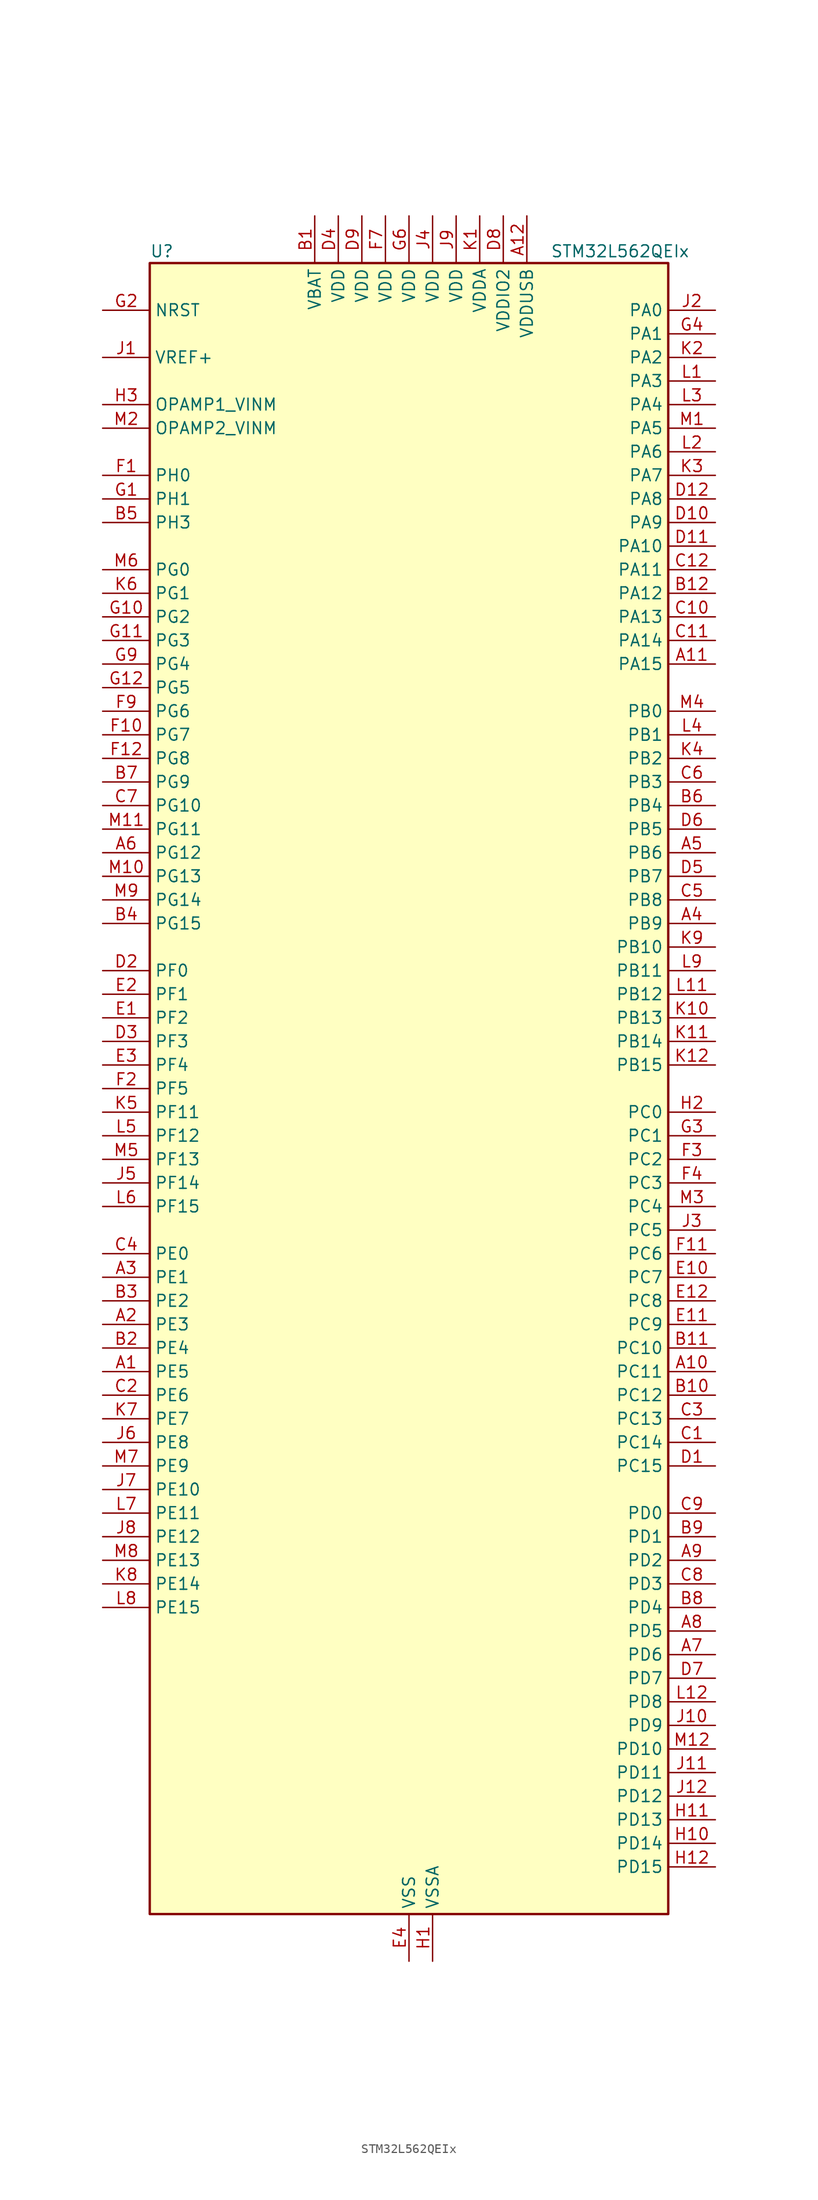
<source format=kicad_sym>
(kicad_symbol_lib
  (version 20241209)
  (generator "kicad_symbol_editor")
  (generator_version "9.0")
  (symbol "STM32L562QEIx"
    (property "Reference" "U"
      (at -27.94 90.17 0)
      (effects (font (size 1.27 1.27)) (justify left)))
    (property "Value" "STM32L562QEIx"
      (at 15.24 90.17 0)
      (effects (font (size 1.27 1.27)) (justify left)))
    (symbol "STM32L562QEIx_0_1"
      (rectangle (start -27.94 -88.9) (end 27.94 88.9) (stroke (width 0.254) (type default)) (fill (type background))))
    (symbol "STM32L562QEIx_1_1"
      (pin input line (at -33.02 83.82 0) (length 5.08) (name "NRST" (effects (font (size 1.27 1.27)))) (number "G2" (effects (font (size 1.27 1.27)))))
      (pin input line (at -33.02 78.74 0) (length 5.08) (name "VREF+" (effects (font (size 1.27 1.27)))) (number "J1" (effects (font (size 1.27 1.27)))) (alternate "VREFBUF_OUT" bidirectional line))
      (pin bidirectional line (at -33.02 73.66 0) (length 5.08) (name "OPAMP1_VINM" (effects (font (size 1.27 1.27)))) (number "H3" (effects (font (size 1.27 1.27)))) (alternate "OPAMP1_VINM" bidirectional line))
      (pin bidirectional line (at -33.02 71.12 0) (length 5.08) (name "OPAMP2_VINM" (effects (font (size 1.27 1.27)))) (number "M2" (effects (font (size 1.27 1.27)))) (alternate "OPAMP2_VINM" bidirectional line))
      (pin bidirectional line (at -33.02 66.04 0) (length 5.08) (name "PH0" (effects (font (size 1.27 1.27)))) (number "F1" (effects (font (size 1.27 1.27)))) (alternate "RCC_OSC_IN" bidirectional line))
      (pin bidirectional line (at -33.02 63.5 0) (length 5.08) (name "PH1" (effects (font (size 1.27 1.27)))) (number "G1" (effects (font (size 1.27 1.27)))) (alternate "RCC_OSC_OUT" bidirectional line))
      (pin bidirectional line (at -33.02 60.96 0) (length 5.08) (name "PH3" (effects (font (size 1.27 1.27)))) (number "B5" (effects (font (size 1.27 1.27)))))
      (pin bidirectional line (at -33.02 55.88 0) (length 5.08) (name "PG0" (effects (font (size 1.27 1.27)))) (number "M6" (effects (font (size 1.27 1.27)))) (alternate "FMC_A10" bidirectional line) (alternate "TSC_G8_IO3" bidirectional line))
      (pin bidirectional line (at -33.02 53.34 0) (length 5.08) (name "PG1" (effects (font (size 1.27 1.27)))) (number "K6" (effects (font (size 1.27 1.27)))) (alternate "FMC_A11" bidirectional line) (alternate "TSC_G8_IO4" bidirectional line))
      (pin bidirectional line (at -33.02 50.8 0) (length 5.08) (name "PG2" (effects (font (size 1.27 1.27)))) (number "G10" (effects (font (size 1.27 1.27)))) (alternate "FMC_A12" bidirectional line) (alternate "SAI2_SCK_B" bidirectional line) (alternate "SPI1_SCK" bidirectional line))
      (pin bidirectional line (at -33.02 48.26 0) (length 5.08) (name "PG3" (effects (font (size 1.27 1.27)))) (number "G11" (effects (font (size 1.27 1.27)))) (alternate "FMC_A13" bidirectional line) (alternate "SAI2_FS_B" bidirectional line) (alternate "SPI1_MISO" bidirectional line))
      (pin bidirectional line (at -33.02 45.72 0) (length 5.08) (name "PG4" (effects (font (size 1.27 1.27)))) (number "G9" (effects (font (size 1.27 1.27)))) (alternate "FMC_A14" bidirectional line) (alternate "SAI2_MCLK_B" bidirectional line) (alternate "SPI1_MOSI" bidirectional line))
      (pin bidirectional line (at -33.02 43.18 0) (length 5.08) (name "PG5" (effects (font (size 1.27 1.27)))) (number "G12" (effects (font (size 1.27 1.27)))) (alternate "FMC_A15" bidirectional line) (alternate "LPUART1_CTS" bidirectional line) (alternate "SAI2_SD_B" bidirectional line) (alternate "SPI1_NSS" bidirectional line))
      (pin bidirectional line (at -33.02 40.64 0) (length 5.08) (name "PG6" (effects (font (size 1.27 1.27)))) (number "F9" (effects (font (size 1.27 1.27)))) (alternate "I2C3_SMBA" bidirectional line) (alternate "LPUART1_DE" bidirectional line) (alternate "LPUART1_RTS" bidirectional line) (alternate "OCTOSPI1_DQS" bidirectional line) (alternate "UCPD1_FRSTX1" bidirectional line))
      (pin bidirectional line (at -33.02 38.1 0) (length 5.08) (name "PG7" (effects (font (size 1.27 1.27)))) (number "F10" (effects (font (size 1.27 1.27)))) (alternate "DFSDM1_CKOUT" bidirectional line) (alternate "FMC_INT" bidirectional line) (alternate "I2C3_SCL" bidirectional line) (alternate "LPUART1_TX" bidirectional line) (alternate "SAI1_CK1" bidirectional line) (alternate "SAI1_MCLK_A" bidirectional line) (alternate "UCPD1_FRSTX2" bidirectional line))
      (pin bidirectional line (at -33.02 35.56 0) (length 5.08) (name "PG8" (effects (font (size 1.27 1.27)))) (number "F12" (effects (font (size 1.27 1.27)))) (alternate "I2C3_SDA" bidirectional line) (alternate "LPUART1_RX" bidirectional line))
      (pin bidirectional line (at -33.02 33.02 0) (length 5.08) (name "PG9" (effects (font (size 1.27 1.27)))) (number "B7" (effects (font (size 1.27 1.27)))) (alternate "DAC1_EXTI9" bidirectional line) (alternate "FMC_NCE" bidirectional line) (alternate "FMC_NE2" bidirectional line) (alternate "SAI2_SCK_A" bidirectional line) (alternate "SPI3_SCK" bidirectional line) (alternate "TIM15_CH1N" bidirectional line) (alternate "USART1_TX" bidirectional line))
      (pin bidirectional line (at -33.02 30.48 0) (length 5.08) (name "PG10" (effects (font (size 1.27 1.27)))) (number "C7" (effects (font (size 1.27 1.27)))) (alternate "FMC_NE3" bidirectional line) (alternate "LPTIM1_IN1" bidirectional line) (alternate "SAI2_FS_A" bidirectional line) (alternate "SPI3_MISO" bidirectional line) (alternate "TIM15_CH1" bidirectional line) (alternate "USART1_RX" bidirectional line))
      (pin bidirectional line (at -33.02 27.94 0) (length 5.08) (name "PG11" (effects (font (size 1.27 1.27)))) (number "M11" (effects (font (size 1.27 1.27)))) (alternate "ADC1_EXTI11" bidirectional line) (alternate "ADC2_EXTI11" bidirectional line) (alternate "LPTIM1_IN2" bidirectional line) (alternate "OCTOSPI1_IO5" bidirectional line) (alternate "SAI2_MCLK_A" bidirectional line) (alternate "SPI3_MOSI" bidirectional line) (alternate "TIM15_CH2" bidirectional line) (alternate "USART1_CTS" bidirectional line) (alternate "USART1_NSS" bidirectional line))
      (pin bidirectional line (at -33.02 25.4 0) (length 5.08) (name "PG12" (effects (font (size 1.27 1.27)))) (number "A6" (effects (font (size 1.27 1.27)))) (alternate "FMC_NE4" bidirectional line) (alternate "LPTIM1_ETR" bidirectional line) (alternate "SAI2_SD_A" bidirectional line) (alternate "SPI3_NSS" bidirectional line) (alternate "USART1_DE" bidirectional line) (alternate "USART1_RTS" bidirectional line))
      (pin bidirectional line (at -33.02 22.86 0) (length 5.08) (name "PG13" (effects (font (size 1.27 1.27)))) (number "M10" (effects (font (size 1.27 1.27)))) (alternate "FMC_A24" bidirectional line) (alternate "I2C1_SDA" bidirectional line) (alternate "USART1_CK" bidirectional line))
      (pin bidirectional line (at -33.02 20.32 0) (length 5.08) (name "PG14" (effects (font (size 1.27 1.27)))) (number "M9" (effects (font (size 1.27 1.27)))) (alternate "FMC_A25" bidirectional line) (alternate "I2C1_SCL" bidirectional line))
      (pin bidirectional line (at -33.02 17.78 0) (length 5.08) (name "PG15" (effects (font (size 1.27 1.27)))) (number "B4" (effects (font (size 1.27 1.27)))) (alternate "ADC1_EXTI15" bidirectional line) (alternate "ADC2_EXTI15" bidirectional line) (alternate "I2C1_SMBA" bidirectional line) (alternate "LPTIM1_OUT" bidirectional line))
      (pin bidirectional line (at -33.02 12.7 0) (length 5.08) (name "PF0" (effects (font (size 1.27 1.27)))) (number "D2" (effects (font (size 1.27 1.27)))) (alternate "FMC_A0" bidirectional line) (alternate "I2C2_SDA" bidirectional line))
      (pin bidirectional line (at -33.02 10.16 0) (length 5.08) (name "PF1" (effects (font (size 1.27 1.27)))) (number "E2" (effects (font (size 1.27 1.27)))) (alternate "FMC_A1" bidirectional line) (alternate "I2C2_SCL" bidirectional line))
      (pin bidirectional line (at -33.02 7.62 0) (length 5.08) (name "PF2" (effects (font (size 1.27 1.27)))) (number "E1" (effects (font (size 1.27 1.27)))) (alternate "FMC_A2" bidirectional line) (alternate "I2C2_SMBA" bidirectional line))
      (pin bidirectional line (at -33.02 5.08 0) (length 5.08) (name "PF3" (effects (font (size 1.27 1.27)))) (number "D3" (effects (font (size 1.27 1.27)))) (alternate "FMC_A3" bidirectional line) (alternate "LPTIM3_IN1" bidirectional line))
      (pin bidirectional line (at -33.02 2.54 0) (length 5.08) (name "PF4" (effects (font (size 1.27 1.27)))) (number "E3" (effects (font (size 1.27 1.27)))) (alternate "FMC_A4" bidirectional line) (alternate "LPTIM3_ETR" bidirectional line))
      (pin bidirectional line (at -33.02 0 0) (length 5.08) (name "PF5" (effects (font (size 1.27 1.27)))) (number "F2" (effects (font (size 1.27 1.27)))) (alternate "FMC_A5" bidirectional line) (alternate "LPTIM3_OUT" bidirectional line))
      (pin bidirectional line (at -33.02 -2.54 0) (length 5.08) (name "PF11" (effects (font (size 1.27 1.27)))) (number "K5" (effects (font (size 1.27 1.27)))) (alternate "ADC1_EXTI11" bidirectional line) (alternate "ADC2_EXTI11" bidirectional line) (alternate "OCTOSPI1_NCLK" bidirectional line))
      (pin bidirectional line (at -33.02 -5.08 0) (length 5.08) (name "PF12" (effects (font (size 1.27 1.27)))) (number "L5" (effects (font (size 1.27 1.27)))) (alternate "FMC_A6" bidirectional line))
      (pin bidirectional line (at -33.02 -7.62 0) (length 5.08) (name "PF13" (effects (font (size 1.27 1.27)))) (number "M5" (effects (font (size 1.27 1.27)))) (alternate "FMC_A7" bidirectional line) (alternate "I2C4_SMBA" bidirectional line))
      (pin bidirectional line (at -33.02 -10.16 0) (length 5.08) (name "PF14" (effects (font (size 1.27 1.27)))) (number "J5" (effects (font (size 1.27 1.27)))) (alternate "FMC_A8" bidirectional line) (alternate "I2C4_SCL" bidirectional line) (alternate "TSC_G8_IO1" bidirectional line))
      (pin bidirectional line (at -33.02 -12.7 0) (length 5.08) (name "PF15" (effects (font (size 1.27 1.27)))) (number "L6" (effects (font (size 1.27 1.27)))) (alternate "ADC1_EXTI15" bidirectional line) (alternate "ADC2_EXTI15" bidirectional line) (alternate "FMC_A9" bidirectional line) (alternate "I2C4_SDA" bidirectional line) (alternate "TSC_G8_IO2" bidirectional line))
      (pin bidirectional line (at -33.02 -17.78 0) (length 5.08) (name "PE0" (effects (font (size 1.27 1.27)))) (number "C4" (effects (font (size 1.27 1.27)))) (alternate "FMC_NBL0" bidirectional line) (alternate "TIM16_CH1" bidirectional line) (alternate "TIM4_ETR" bidirectional line))
      (pin bidirectional line (at -33.02 -20.32 0) (length 5.08) (name "PE1" (effects (font (size 1.27 1.27)))) (number "A3" (effects (font (size 1.27 1.27)))) (alternate "FMC_NBL1" bidirectional line) (alternate "TIM17_CH1" bidirectional line))
      (pin bidirectional line (at -33.02 -22.86 0) (length 5.08) (name "PE2" (effects (font (size 1.27 1.27)))) (number "B3" (effects (font (size 1.27 1.27)))) (alternate "DEBUG_TRACECLK" bidirectional line) (alternate "FMC_A23" bidirectional line) (alternate "SAI1_CK1" bidirectional line) (alternate "SAI1_MCLK_A" bidirectional line) (alternate "TIM3_ETR" bidirectional line) (alternate "TSC_G7_IO1" bidirectional line))
      (pin bidirectional line (at -33.02 -25.4 0) (length 5.08) (name "PE3" (effects (font (size 1.27 1.27)))) (number "A2" (effects (font (size 1.27 1.27)))) (alternate "DEBUG_TRACED0" bidirectional line) (alternate "FMC_A19" bidirectional line) (alternate "OCTOSPI1_DQS" bidirectional line) (alternate "SAI1_SD_B" bidirectional line) (alternate "TIM3_CH1" bidirectional line) (alternate "TSC_G7_IO2" bidirectional line))
      (pin bidirectional line (at -33.02 -27.94 0) (length 5.08) (name "PE4" (effects (font (size 1.27 1.27)))) (number "B2" (effects (font (size 1.27 1.27)))) (alternate "DEBUG_TRACED1" bidirectional line) (alternate "DFSDM1_DATIN3" bidirectional line) (alternate "FMC_A20" bidirectional line) (alternate "SAI1_D2" bidirectional line) (alternate "SAI1_FS_A" bidirectional line) (alternate "TIM3_CH2" bidirectional line) (alternate "TSC_G7_IO3" bidirectional line))
      (pin bidirectional line (at -33.02 -30.48 0) (length 5.08) (name "PE5" (effects (font (size 1.27 1.27)))) (number "A1" (effects (font (size 1.27 1.27)))) (alternate "DEBUG_TRACED2" bidirectional line) (alternate "DFSDM1_CKIN3" bidirectional line) (alternate "FMC_A21" bidirectional line) (alternate "SAI1_CK2" bidirectional line) (alternate "SAI1_SCK_A" bidirectional line) (alternate "TIM3_CH3" bidirectional line) (alternate "TSC_G7_IO4" bidirectional line))
      (pin bidirectional line (at -33.02 -33.02 0) (length 5.08) (name "PE6" (effects (font (size 1.27 1.27)))) (number "C2" (effects (font (size 1.27 1.27)))) (alternate "DEBUG_TRACED3" bidirectional line) (alternate "FMC_A22" bidirectional line) (alternate "PWR_WKUP3" bidirectional line) (alternate "SAI1_D1" bidirectional line) (alternate "SAI1_SD_A" bidirectional line) (alternate "TAMP_IN3" bidirectional line) (alternate "TAMP_OUT6" bidirectional line) (alternate "TIM3_CH4" bidirectional line))
      (pin bidirectional line (at -33.02 -35.56 0) (length 5.08) (name "PE7" (effects (font (size 1.27 1.27)))) (number "K7" (effects (font (size 1.27 1.27)))) (alternate "DFSDM1_DATIN2" bidirectional line) (alternate "FMC_D4" bidirectional line) (alternate "FMC_DA4" bidirectional line) (alternate "SAI1_SD_B" bidirectional line) (alternate "TIM1_ETR" bidirectional line))
      (pin bidirectional line (at -33.02 -38.1 0) (length 5.08) (name "PE8" (effects (font (size 1.27 1.27)))) (number "J6" (effects (font (size 1.27 1.27)))) (alternate "DFSDM1_CKIN2" bidirectional line) (alternate "FMC_D5" bidirectional line) (alternate "FMC_DA5" bidirectional line) (alternate "SAI1_SCK_B" bidirectional line) (alternate "TIM1_CH1N" bidirectional line))
      (pin bidirectional line (at -33.02 -40.64 0) (length 5.08) (name "PE9" (effects (font (size 1.27 1.27)))) (number "M7" (effects (font (size 1.27 1.27)))) (alternate "DAC1_EXTI9" bidirectional line) (alternate "DFSDM1_CKOUT" bidirectional line) (alternate "FMC_D6" bidirectional line) (alternate "FMC_DA6" bidirectional line) (alternate "OCTOSPI1_NCLK" bidirectional line) (alternate "SAI1_FS_B" bidirectional line) (alternate "TIM1_CH1" bidirectional line))
      (pin bidirectional line (at -33.02 -43.18 0) (length 5.08) (name "PE10" (effects (font (size 1.27 1.27)))) (number "J7" (effects (font (size 1.27 1.27)))) (alternate "FMC_D7" bidirectional line) (alternate "FMC_DA7" bidirectional line) (alternate "OCTOSPI1_CLK" bidirectional line) (alternate "SAI1_MCLK_B" bidirectional line) (alternate "TIM1_CH2N" bidirectional line) (alternate "TSC_G5_IO1" bidirectional line))
      (pin bidirectional line (at -33.02 -45.72 0) (length 5.08) (name "PE11" (effects (font (size 1.27 1.27)))) (number "L7" (effects (font (size 1.27 1.27)))) (alternate "ADC1_EXTI11" bidirectional line) (alternate "ADC2_EXTI11" bidirectional line) (alternate "FMC_D8" bidirectional line) (alternate "FMC_DA8" bidirectional line) (alternate "OCTOSPI1_NCS" bidirectional line) (alternate "TIM1_CH2" bidirectional line) (alternate "TSC_G5_IO2" bidirectional line))
      (pin bidirectional line (at -33.02 -48.26 0) (length 5.08) (name "PE12" (effects (font (size 1.27 1.27)))) (number "J8" (effects (font (size 1.27 1.27)))) (alternate "FMC_D9" bidirectional line) (alternate "FMC_DA9" bidirectional line) (alternate "OCTOSPI1_IO0" bidirectional line) (alternate "SPI1_NSS" bidirectional line) (alternate "TIM1_CH3N" bidirectional line) (alternate "TSC_G5_IO3" bidirectional line))
      (pin bidirectional line (at -33.02 -50.8 0) (length 5.08) (name "PE13" (effects (font (size 1.27 1.27)))) (number "M8" (effects (font (size 1.27 1.27)))) (alternate "FMC_D10" bidirectional line) (alternate "FMC_DA10" bidirectional line) (alternate "OCTOSPI1_IO1" bidirectional line) (alternate "SPI1_SCK" bidirectional line) (alternate "TIM1_CH3" bidirectional line) (alternate "TSC_G5_IO4" bidirectional line))
      (pin bidirectional line (at -33.02 -53.34 0) (length 5.08) (name "PE14" (effects (font (size 1.27 1.27)))) (number "K8" (effects (font (size 1.27 1.27)))) (alternate "FMC_D11" bidirectional line) (alternate "FMC_DA11" bidirectional line) (alternate "OCTOSPI1_IO2" bidirectional line) (alternate "SPI1_MISO" bidirectional line) (alternate "TIM1_BKIN2" bidirectional line) (alternate "TIM1_CH4" bidirectional line))
      (pin bidirectional line (at -33.02 -55.88 0) (length 5.08) (name "PE15" (effects (font (size 1.27 1.27)))) (number "L8" (effects (font (size 1.27 1.27)))) (alternate "ADC1_EXTI15" bidirectional line) (alternate "ADC2_EXTI15" bidirectional line) (alternate "FMC_D12" bidirectional line) (alternate "FMC_DA12" bidirectional line) (alternate "OCTOSPI1_IO3" bidirectional line) (alternate "SPI1_MOSI" bidirectional line) (alternate "TIM1_BKIN" bidirectional line))
      (pin power_in line (at -10.16 93.98 270) (length 5.08) (name "VBAT" (effects (font (size 1.27 1.27)))) (number "B1" (effects (font (size 1.27 1.27)))))
      (pin power_in line (at -7.62 93.98 270) (length 5.08) (name "VDD" (effects (font (size 1.27 1.27)))) (number "D4" (effects (font (size 1.27 1.27)))))
      (pin power_in line (at -5.08 93.98 270) (length 5.08) (name "VDD" (effects (font (size 1.27 1.27)))) (number "D9" (effects (font (size 1.27 1.27)))))
      (pin power_in line (at -2.54 93.98 270) (length 5.08) (name "VDD" (effects (font (size 1.27 1.27)))) (number "F7" (effects (font (size 1.27 1.27)))))
      (pin power_in line (at 0 93.98 270) (length 5.08) (name "VDD" (effects (font (size 1.27 1.27)))) (number "G6" (effects (font (size 1.27 1.27)))))
      (pin power_in line (at 0 -93.98 90) (length 5.08) (name "VSS" (effects (font (size 1.27 1.27)))) (number "E4" (effects (font (size 1.27 1.27)))))
      (pin passive line (at 0 -93.98 90) (length 5.08) (hide yes) (name "VSS" (effects (font (size 1.27 1.27)))) (number "E9" (effects (font (size 1.27 1.27)))))
      (pin passive line (at 0 -93.98 90) (length 5.08) (hide yes) (name "VSS" (effects (font (size 1.27 1.27)))) (number "F6" (effects (font (size 1.27 1.27)))))
      (pin passive line (at 0 -93.98 90) (length 5.08) (hide yes) (name "VSS" (effects (font (size 1.27 1.27)))) (number "G7" (effects (font (size 1.27 1.27)))))
      (pin passive line (at 0 -93.98 90) (length 5.08) (hide yes) (name "VSS" (effects (font (size 1.27 1.27)))) (number "H4" (effects (font (size 1.27 1.27)))))
      (pin passive line (at 0 -93.98 90) (length 5.08) (hide yes) (name "VSS" (effects (font (size 1.27 1.27)))) (number "H9" (effects (font (size 1.27 1.27)))))
      (pin passive line (at 0 -93.98 90) (length 5.08) (hide yes) (name "VSS" (effects (font (size 1.27 1.27)))) (number "L10" (effects (font (size 1.27 1.27)))))
      (pin power_in line (at 2.54 93.98 270) (length 5.08) (name "VDD" (effects (font (size 1.27 1.27)))) (number "J4" (effects (font (size 1.27 1.27)))))
      (pin power_in line (at 2.54 -93.98 90) (length 5.08) (name "VSSA" (effects (font (size 1.27 1.27)))) (number "H1" (effects (font (size 1.27 1.27)))))
      (pin power_in line (at 5.08 93.98 270) (length 5.08) (name "VDD" (effects (font (size 1.27 1.27)))) (number "J9" (effects (font (size 1.27 1.27)))))
      (pin power_in line (at 7.62 93.98 270) (length 5.08) (name "VDDA" (effects (font (size 1.27 1.27)))) (number "K1" (effects (font (size 1.27 1.27)))))
      (pin power_in line (at 10.16 93.98 270) (length 5.08) (name "VDDIO2" (effects (font (size 1.27 1.27)))) (number "D8" (effects (font (size 1.27 1.27)))))
      (pin power_in line (at 12.7 93.98 270) (length 5.08) (name "VDDUSB" (effects (font (size 1.27 1.27)))) (number "A12" (effects (font (size 1.27 1.27)))))
      (pin bidirectional line (at 33.02 83.82 180) (length 5.08) (name "PA0" (effects (font (size 1.27 1.27)))) (number "J2" (effects (font (size 1.27 1.27)))) (alternate "ADC1_IN5" bidirectional line) (alternate "ADC2_IN5" bidirectional line) (alternate "OPAMP1_VINP" bidirectional line) (alternate "PWR_WKUP1" bidirectional line) (alternate "SAI1_EXTCLK" bidirectional line) (alternate "TAMP_IN2" bidirectional line) (alternate "TAMP_OUT1" bidirectional line) (alternate "TIM2_CH1" bidirectional line) (alternate "TIM2_ETR" bidirectional line) (alternate "TIM5_CH1" bidirectional line) (alternate "TIM8_ETR" bidirectional line) (alternate "UART4_TX" bidirectional line) (alternate "USART2_CTS" bidirectional line) (alternate "USART2_NSS" bidirectional line))
      (pin bidirectional line (at 33.02 81.28 180) (length 5.08) (name "PA1" (effects (font (size 1.27 1.27)))) (number "G4" (effects (font (size 1.27 1.27)))) (alternate "ADC1_IN6" bidirectional line) (alternate "ADC2_IN6" bidirectional line) (alternate "I2C1_SMBA" bidirectional line) (alternate "OCTOSPI1_DQS" bidirectional line) (alternate "OPAMP1_VINM" bidirectional line) (alternate "SPI1_SCK" bidirectional line) (alternate "TAMP_IN5" bidirectional line) (alternate "TAMP_OUT4" bidirectional line) (alternate "TIM15_CH1N" bidirectional line) (alternate "TIM2_CH2" bidirectional line) (alternate "TIM5_CH2" bidirectional line) (alternate "UART4_RX" bidirectional line) (alternate "USART2_DE" bidirectional line) (alternate "USART2_RTS" bidirectional line))
      (pin bidirectional line (at 33.02 78.74 180) (length 5.08) (name "PA2" (effects (font (size 1.27 1.27)))) (number "K2" (effects (font (size 1.27 1.27)))) (alternate "ADC1_IN7" bidirectional line) (alternate "ADC2_IN7" bidirectional line) (alternate "COMP1_INP" bidirectional line) (alternate "LPUART1_TX" bidirectional line) (alternate "OCTOSPI1_NCS" bidirectional line) (alternate "PWR_WKUP4" bidirectional line) (alternate "RCC_LSCO" bidirectional line) (alternate "SAI2_EXTCLK" bidirectional line) (alternate "TIM15_CH1" bidirectional line) (alternate "TIM2_CH3" bidirectional line) (alternate "TIM5_CH3" bidirectional line) (alternate "UCPD1_FRSTX1" bidirectional line) (alternate "USART2_TX" bidirectional line))
      (pin bidirectional line (at 33.02 76.2 180) (length 5.08) (name "PA3" (effects (font (size 1.27 1.27)))) (number "L1" (effects (font (size 1.27 1.27)))) (alternate "ADC1_IN8" bidirectional line) (alternate "ADC2_IN8" bidirectional line) (alternate "LPUART1_RX" bidirectional line) (alternate "OCTOSPI1_CLK" bidirectional line) (alternate "OPAMP1_VOUT" bidirectional line) (alternate "SAI1_CK1" bidirectional line) (alternate "SAI1_MCLK_A" bidirectional line) (alternate "TIM15_CH2" bidirectional line) (alternate "TIM2_CH4" bidirectional line) (alternate "TIM5_CH4" bidirectional line) (alternate "USART2_RX" bidirectional line))
      (pin bidirectional line (at 33.02 73.66 180) (length 5.08) (name "PA4" (effects (font (size 1.27 1.27)))) (number "L3" (effects (font (size 1.27 1.27)))) (alternate "ADC1_IN9" bidirectional line) (alternate "ADC2_IN9" bidirectional line) (alternate "DAC1_OUT1" bidirectional line) (alternate "LPTIM2_OUT" bidirectional line) (alternate "OCTOSPI1_NCS" bidirectional line) (alternate "SAI1_FS_B" bidirectional line) (alternate "SPI1_NSS" bidirectional line) (alternate "SPI3_NSS" bidirectional line) (alternate "USART2_CK" bidirectional line))
      (pin bidirectional line (at 33.02 71.12 180) (length 5.08) (name "PA5" (effects (font (size 1.27 1.27)))) (number "M1" (effects (font (size 1.27 1.27)))) (alternate "ADC1_IN10" bidirectional line) (alternate "ADC2_IN10" bidirectional line) (alternate "DAC1_OUT2" bidirectional line) (alternate "LPTIM2_ETR" bidirectional line) (alternate "SPI1_SCK" bidirectional line) (alternate "TIM2_CH1" bidirectional line) (alternate "TIM2_ETR" bidirectional line) (alternate "TIM8_CH1N" bidirectional line))
      (pin bidirectional line (at 33.02 68.58 180) (length 5.08) (name "PA6" (effects (font (size 1.27 1.27)))) (number "L2" (effects (font (size 1.27 1.27)))) (alternate "ADC1_IN11" bidirectional line) (alternate "ADC2_IN11" bidirectional line) (alternate "LPUART1_CTS" bidirectional line) (alternate "OCTOSPI1_IO3" bidirectional line) (alternate "OPAMP2_VINP" bidirectional line) (alternate "SPI1_MISO" bidirectional line) (alternate "TIM16_CH1" bidirectional line) (alternate "TIM1_BKIN" bidirectional line) (alternate "TIM3_CH1" bidirectional line) (alternate "TIM8_BKIN" bidirectional line) (alternate "USART3_CTS" bidirectional line) (alternate "USART3_NSS" bidirectional line))
      (pin bidirectional line (at 33.02 66.04 180) (length 5.08) (name "PA7" (effects (font (size 1.27 1.27)))) (number "K3" (effects (font (size 1.27 1.27)))) (alternate "ADC1_IN12" bidirectional line) (alternate "ADC2_IN12" bidirectional line) (alternate "I2C3_SCL" bidirectional line) (alternate "OCTOSPI1_IO2" bidirectional line) (alternate "OPAMP2_VINM" bidirectional line) (alternate "SPI1_MOSI" bidirectional line) (alternate "TIM17_CH1" bidirectional line) (alternate "TIM1_CH1N" bidirectional line) (alternate "TIM3_CH2" bidirectional line) (alternate "TIM8_CH1N" bidirectional line))
      (pin bidirectional line (at 33.02 63.5 180) (length 5.08) (name "PA8" (effects (font (size 1.27 1.27)))) (number "D12" (effects (font (size 1.27 1.27)))) (alternate "LPTIM2_OUT" bidirectional line) (alternate "RCC_MCO" bidirectional line) (alternate "SAI1_CK2" bidirectional line) (alternate "SAI1_SCK_A" bidirectional line) (alternate "TIM1_CH1" bidirectional line) (alternate "USART1_CK" bidirectional line))
      (pin bidirectional line (at 33.02 60.96 180) (length 5.08) (name "PA9" (effects (font (size 1.27 1.27)))) (number "D10" (effects (font (size 1.27 1.27)))) (alternate "DAC1_EXTI9" bidirectional line) (alternate "SAI1_FS_A" bidirectional line) (alternate "SPI2_SCK" bidirectional line) (alternate "TIM15_BKIN" bidirectional line) (alternate "TIM1_CH2" bidirectional line) (alternate "USART1_TX" bidirectional line))
      (pin bidirectional line (at 33.02 58.42 180) (length 5.08) (name "PA10" (effects (font (size 1.27 1.27)))) (number "D11" (effects (font (size 1.27 1.27)))) (alternate "CRS_SYNC" bidirectional line) (alternate "SAI1_D1" bidirectional line) (alternate "SAI1_SD_A" bidirectional line) (alternate "TIM17_BKIN" bidirectional line) (alternate "TIM1_CH3" bidirectional line) (alternate "USART1_RX" bidirectional line))
      (pin bidirectional line (at 33.02 55.88 180) (length 5.08) (name "PA11" (effects (font (size 1.27 1.27)))) (number "C12" (effects (font (size 1.27 1.27)))) (alternate "ADC1_EXTI11" bidirectional line) (alternate "ADC2_EXTI11" bidirectional line) (alternate "FDCAN1_RX" bidirectional line) (alternate "SPI1_MISO" bidirectional line) (alternate "TIM1_BKIN2" bidirectional line) (alternate "TIM1_CH4" bidirectional line) (alternate "USART1_CTS" bidirectional line) (alternate "USART1_NSS" bidirectional line) (alternate "USB_DM" bidirectional line))
      (pin bidirectional line (at 33.02 53.34 180) (length 5.08) (name "PA12" (effects (font (size 1.27 1.27)))) (number "B12" (effects (font (size 1.27 1.27)))) (alternate "FDCAN1_TX" bidirectional line) (alternate "SPI1_MOSI" bidirectional line) (alternate "TIM1_ETR" bidirectional line) (alternate "USART1_DE" bidirectional line) (alternate "USART1_RTS" bidirectional line) (alternate "USB_DP" bidirectional line))
      (pin bidirectional line (at 33.02 50.8 180) (length 5.08) (name "PA13" (effects (font (size 1.27 1.27)))) (number "C10" (effects (font (size 1.27 1.27)))) (alternate "DEBUG_JTMS-SWDIO" bidirectional line) (alternate "IR_OUT" bidirectional line) (alternate "SAI1_SD_B" bidirectional line) (alternate "USB_NOE" bidirectional line))
      (pin bidirectional line (at 33.02 48.26 180) (length 5.08) (name "PA14" (effects (font (size 1.27 1.27)))) (number "C11" (effects (font (size 1.27 1.27)))) (alternate "DEBUG_JTCK-SWCLK" bidirectional line) (alternate "I2C1_SMBA" bidirectional line) (alternate "I2C4_SMBA" bidirectional line) (alternate "LPTIM1_OUT" bidirectional line) (alternate "SAI1_FS_B" bidirectional line))
      (pin bidirectional line (at 33.02 45.72 180) (length 5.08) (name "PA15" (effects (font (size 1.27 1.27)))) (number "A11" (effects (font (size 1.27 1.27)))) (alternate "ADC1_EXTI15" bidirectional line) (alternate "ADC2_EXTI15" bidirectional line) (alternate "DEBUG_JTDI" bidirectional line) (alternate "SAI2_FS_B" bidirectional line) (alternate "SPI1_NSS" bidirectional line) (alternate "SPI3_NSS" bidirectional line) (alternate "TIM2_CH1" bidirectional line) (alternate "TIM2_ETR" bidirectional line) (alternate "UART4_DE" bidirectional line) (alternate "UART4_RTS" bidirectional line) (alternate "UCPD1_CC1" bidirectional line) (alternate "USART2_RX" bidirectional line) (alternate "USART3_DE" bidirectional line) (alternate "USART3_RTS" bidirectional line))
      (pin bidirectional line (at 33.02 40.64 180) (length 5.08) (name "PB0" (effects (font (size 1.27 1.27)))) (number "M4" (effects (font (size 1.27 1.27)))) (alternate "ADC1_IN15" bidirectional line) (alternate "ADC2_IN15" bidirectional line) (alternate "COMP1_OUT" bidirectional line) (alternate "OCTOSPI1_IO1" bidirectional line) (alternate "OPAMP2_VOUT" bidirectional line) (alternate "SAI1_EXTCLK" bidirectional line) (alternate "SPI1_NSS" bidirectional line) (alternate "TIM1_CH2N" bidirectional line) (alternate "TIM3_CH3" bidirectional line) (alternate "TIM8_CH2N" bidirectional line) (alternate "USART3_CK" bidirectional line))
      (pin bidirectional line (at 33.02 38.1 180) (length 5.08) (name "PB1" (effects (font (size 1.27 1.27)))) (number "L4" (effects (font (size 1.27 1.27)))) (alternate "ADC1_IN16" bidirectional line) (alternate "ADC2_IN16" bidirectional line) (alternate "COMP1_INM" bidirectional line) (alternate "DFSDM1_DATIN0" bidirectional line) (alternate "LPTIM2_IN1" bidirectional line) (alternate "LPUART1_DE" bidirectional line) (alternate "LPUART1_RTS" bidirectional line) (alternate "OCTOSPI1_IO0" bidirectional line) (alternate "TIM1_CH3N" bidirectional line) (alternate "TIM3_CH4" bidirectional line) (alternate "TIM8_CH3N" bidirectional line) (alternate "USART3_DE" bidirectional line) (alternate "USART3_RTS" bidirectional line))
      (pin bidirectional line (at 33.02 35.56 180) (length 5.08) (name "PB2" (effects (font (size 1.27 1.27)))) (number "K4" (effects (font (size 1.27 1.27)))) (alternate "COMP1_INP" bidirectional line) (alternate "DFSDM1_CKIN0" bidirectional line) (alternate "I2C3_SMBA" bidirectional line) (alternate "LPTIM1_OUT" bidirectional line) (alternate "OCTOSPI1_DQS" bidirectional line) (alternate "RTC_OUT2" bidirectional line) (alternate "UCPD1_FRSTX1" bidirectional line))
      (pin bidirectional line (at 33.02 33.02 180) (length 5.08) (name "PB3" (effects (font (size 1.27 1.27)))) (number "C6" (effects (font (size 1.27 1.27)))) (alternate "COMP2_INM" bidirectional line) (alternate "CRS_SYNC" bidirectional line) (alternate "DEBUG_JTDO-SWO" bidirectional line) (alternate "SAI1_SCK_B" bidirectional line) (alternate "SPI1_SCK" bidirectional line) (alternate "SPI3_SCK" bidirectional line) (alternate "TIM2_CH2" bidirectional line) (alternate "USART1_DE" bidirectional line) (alternate "USART1_RTS" bidirectional line))
      (pin bidirectional line (at 33.02 30.48 180) (length 5.08) (name "PB4" (effects (font (size 1.27 1.27)))) (number "B6" (effects (font (size 1.27 1.27)))) (alternate "COMP2_INP" bidirectional line) (alternate "DEBUG_JTRST" bidirectional line) (alternate "I2C3_SDA" bidirectional line) (alternate "SAI1_MCLK_B" bidirectional line) (alternate "SPI1_MISO" bidirectional line) (alternate "SPI3_MISO" bidirectional line) (alternate "TIM17_BKIN" bidirectional line) (alternate "TIM3_CH1" bidirectional line) (alternate "TSC_G2_IO1" bidirectional line) (alternate "UART5_DE" bidirectional line) (alternate "UART5_RTS" bidirectional line) (alternate "USART1_CTS" bidirectional line) (alternate "USART1_NSS" bidirectional line))
      (pin bidirectional line (at 33.02 27.94 180) (length 5.08) (name "PB5" (effects (font (size 1.27 1.27)))) (number "D6" (effects (font (size 1.27 1.27)))) (alternate "COMP2_OUT" bidirectional line) (alternate "I2C1_SMBA" bidirectional line) (alternate "LPTIM1_IN1" bidirectional line) (alternate "OCTOSPI1_NCLK" bidirectional line) (alternate "SAI1_SD_B" bidirectional line) (alternate "SPI1_MOSI" bidirectional line) (alternate "SPI3_MOSI" bidirectional line) (alternate "TIM16_BKIN" bidirectional line) (alternate "TIM3_CH2" bidirectional line) (alternate "TSC_G2_IO2" bidirectional line) (alternate "UART5_CTS" bidirectional line) (alternate "UCPD1_DBCC1" bidirectional line) (alternate "USART1_CK" bidirectional line))
      (pin bidirectional line (at 33.02 25.4 180) (length 5.08) (name "PB6" (effects (font (size 1.27 1.27)))) (number "A5" (effects (font (size 1.27 1.27)))) (alternate "COMP2_INP" bidirectional line) (alternate "I2C1_SCL" bidirectional line) (alternate "I2C4_SCL" bidirectional line) (alternate "LPTIM1_ETR" bidirectional line) (alternate "SAI1_FS_B" bidirectional line) (alternate "TIM16_CH1N" bidirectional line) (alternate "TIM4_CH1" bidirectional line) (alternate "TIM8_BKIN2" bidirectional line) (alternate "TSC_G2_IO3" bidirectional line) (alternate "USART1_TX" bidirectional line))
      (pin bidirectional line (at 33.02 22.86 180) (length 5.08) (name "PB7" (effects (font (size 1.27 1.27)))) (number "D5" (effects (font (size 1.27 1.27)))) (alternate "COMP2_INM" bidirectional line) (alternate "FMC_NL" bidirectional line) (alternate "I2C1_SDA" bidirectional line) (alternate "I2C4_SDA" bidirectional line) (alternate "LPTIM1_IN2" bidirectional line) (alternate "PWR_PVD_IN" bidirectional line) (alternate "TIM17_CH1N" bidirectional line) (alternate "TIM4_CH2" bidirectional line) (alternate "TIM8_BKIN" bidirectional line) (alternate "TSC_G2_IO4" bidirectional line) (alternate "UART4_CTS" bidirectional line) (alternate "USART1_RX" bidirectional line))
      (pin bidirectional line (at 33.02 20.32 180) (length 5.08) (name "PB8" (effects (font (size 1.27 1.27)))) (number "C5" (effects (font (size 1.27 1.27)))) (alternate "DFSDM1_CKOUT" bidirectional line) (alternate "FDCAN1_RX" bidirectional line) (alternate "I2C1_SCL" bidirectional line) (alternate "SAI1_CK1" bidirectional line) (alternate "SAI1_MCLK_A" bidirectional line) (alternate "SDMMC1_CKIN" bidirectional line) (alternate "SDMMC1_D4" bidirectional line) (alternate "TIM16_CH1" bidirectional line) (alternate "TIM4_CH3" bidirectional line))
      (pin bidirectional line (at 33.02 17.78 180) (length 5.08) (name "PB9" (effects (font (size 1.27 1.27)))) (number "A4" (effects (font (size 1.27 1.27)))) (alternate "DAC1_EXTI9" bidirectional line) (alternate "FDCAN1_TX" bidirectional line) (alternate "I2C1_SDA" bidirectional line) (alternate "IR_OUT" bidirectional line) (alternate "SAI1_D2" bidirectional line) (alternate "SAI1_FS_A" bidirectional line) (alternate "SDMMC1_CDIR" bidirectional line) (alternate "SDMMC1_D5" bidirectional line) (alternate "SPI2_NSS" bidirectional line) (alternate "TIM17_CH1" bidirectional line) (alternate "TIM4_CH4" bidirectional line))
      (pin bidirectional line (at 33.02 15.24 180) (length 5.08) (name "PB10" (effects (font (size 1.27 1.27)))) (number "K9" (effects (font (size 1.27 1.27)))) (alternate "COMP1_OUT" bidirectional line) (alternate "I2C2_SCL" bidirectional line) (alternate "I2C4_SCL" bidirectional line) (alternate "LPTIM3_OUT" bidirectional line) (alternate "LPUART1_RX" bidirectional line) (alternate "OCTOSPI1_CLK" bidirectional line) (alternate "SAI1_SCK_A" bidirectional line) (alternate "SPI2_SCK" bidirectional line) (alternate "TIM2_CH3" bidirectional line) (alternate "TSC_SYNC" bidirectional line) (alternate "USART3_TX" bidirectional line))
      (pin bidirectional line (at 33.02 12.7 180) (length 5.08) (name "PB11" (effects (font (size 1.27 1.27)))) (number "L9" (effects (font (size 1.27 1.27)))) (alternate "ADC1_EXTI11" bidirectional line) (alternate "ADC2_EXTI11" bidirectional line) (alternate "COMP2_OUT" bidirectional line) (alternate "I2C2_SDA" bidirectional line) (alternate "I2C4_SDA" bidirectional line) (alternate "LPUART1_TX" bidirectional line) (alternate "OCTOSPI1_NCS" bidirectional line) (alternate "TIM2_CH4" bidirectional line) (alternate "USART3_RX" bidirectional line))
      (pin bidirectional line (at 33.02 10.16 180) (length 5.08) (name "PB12" (effects (font (size 1.27 1.27)))) (number "L11" (effects (font (size 1.27 1.27)))) (alternate "DFSDM1_DATIN1" bidirectional line) (alternate "I2C2_SMBA" bidirectional line) (alternate "LPUART1_DE" bidirectional line) (alternate "LPUART1_RTS" bidirectional line) (alternate "OCTOSPI1_NCLK" bidirectional line) (alternate "SAI2_FS_A" bidirectional line) (alternate "SPI2_NSS" bidirectional line) (alternate "TIM15_BKIN" bidirectional line) (alternate "TIM1_BKIN" bidirectional line) (alternate "TSC_G1_IO1" bidirectional line) (alternate "USART3_CK" bidirectional line))
      (pin bidirectional line (at 33.02 7.62 180) (length 5.08) (name "PB13" (effects (font (size 1.27 1.27)))) (number "K10" (effects (font (size 1.27 1.27)))) (alternate "DFSDM1_CKIN1" bidirectional line) (alternate "I2C2_SCL" bidirectional line) (alternate "LPTIM3_IN1" bidirectional line) (alternate "LPUART1_CTS" bidirectional line) (alternate "SAI2_SCK_A" bidirectional line) (alternate "SPI2_SCK" bidirectional line) (alternate "TIM15_CH1N" bidirectional line) (alternate "TIM1_CH1N" bidirectional line) (alternate "TSC_G1_IO2" bidirectional line) (alternate "UCPD1_FRSTX2" bidirectional line) (alternate "USART3_CTS" bidirectional line) (alternate "USART3_NSS" bidirectional line))
      (pin bidirectional line (at 33.02 5.08 180) (length 5.08) (name "PB14" (effects (font (size 1.27 1.27)))) (number "K11" (effects (font (size 1.27 1.27)))) (alternate "DFSDM1_DATIN2" bidirectional line) (alternate "I2C2_SDA" bidirectional line) (alternate "LPTIM3_ETR" bidirectional line) (alternate "SAI2_MCLK_A" bidirectional line) (alternate "SPI2_MISO" bidirectional line) (alternate "TIM15_CH1" bidirectional line) (alternate "TIM1_CH2N" bidirectional line) (alternate "TIM8_CH2N" bidirectional line) (alternate "TSC_G1_IO3" bidirectional line) (alternate "UCPD1_DBCC2" bidirectional line) (alternate "USART3_DE" bidirectional line) (alternate "USART3_RTS" bidirectional line))
      (pin bidirectional line (at 33.02 2.54 180) (length 5.08) (name "PB15" (effects (font (size 1.27 1.27)))) (number "K12" (effects (font (size 1.27 1.27)))) (alternate "ADC1_EXTI15" bidirectional line) (alternate "ADC2_EXTI15" bidirectional line) (alternate "DFSDM1_CKIN2" bidirectional line) (alternate "RTC_REFIN" bidirectional line) (alternate "SAI2_SD_A" bidirectional line) (alternate "SPI2_MOSI" bidirectional line) (alternate "TIM15_CH2" bidirectional line) (alternate "TIM1_CH3N" bidirectional line) (alternate "TIM8_CH3N" bidirectional line) (alternate "UCPD1_CC2" bidirectional line))
      (pin bidirectional line (at 33.02 -2.54 180) (length 5.08) (name "PC0" (effects (font (size 1.27 1.27)))) (number "H2" (effects (font (size 1.27 1.27)))) (alternate "ADC1_IN1" bidirectional line) (alternate "ADC2_IN1" bidirectional line) (alternate "I2C3_SCL" bidirectional line) (alternate "LPTIM1_IN1" bidirectional line) (alternate "LPTIM2_IN1" bidirectional line) (alternate "LPUART1_RX" bidirectional line) (alternate "OCTOSPI1_IO7" bidirectional line) (alternate "SAI2_FS_A" bidirectional line) (alternate "SDMMC1_D5" bidirectional line))
      (pin bidirectional line (at 33.02 -5.08 180) (length 5.08) (name "PC1" (effects (font (size 1.27 1.27)))) (number "G3" (effects (font (size 1.27 1.27)))) (alternate "ADC1_IN2" bidirectional line) (alternate "ADC2_IN2" bidirectional line) (alternate "DEBUG_TRACED0" bidirectional line) (alternate "I2C3_SDA" bidirectional line) (alternate "LPTIM1_OUT" bidirectional line) (alternate "LPUART1_TX" bidirectional line) (alternate "OCTOSPI1_IO4" bidirectional line) (alternate "SAI1_SD_A" bidirectional line) (alternate "SPI2_MOSI" bidirectional line))
      (pin bidirectional line (at 33.02 -7.62 180) (length 5.08) (name "PC2" (effects (font (size 1.27 1.27)))) (number "F3" (effects (font (size 1.27 1.27)))) (alternate "ADC1_IN3" bidirectional line) (alternate "ADC2_IN3" bidirectional line) (alternate "DFSDM1_CKOUT" bidirectional line) (alternate "LPTIM1_IN2" bidirectional line) (alternate "OCTOSPI1_IO5" bidirectional line) (alternate "SPI2_MISO" bidirectional line))
      (pin bidirectional line (at 33.02 -10.16 180) (length 5.08) (name "PC3" (effects (font (size 1.27 1.27)))) (number "F4" (effects (font (size 1.27 1.27)))) (alternate "ADC1_IN4" bidirectional line) (alternate "ADC2_IN4" bidirectional line) (alternate "LPTIM1_ETR" bidirectional line) (alternate "LPTIM2_ETR" bidirectional line) (alternate "LPTIM3_OUT" bidirectional line) (alternate "OCTOSPI1_IO6" bidirectional line) (alternate "SAI1_D1" bidirectional line) (alternate "SAI1_SD_A" bidirectional line) (alternate "SPI2_MOSI" bidirectional line))
      (pin bidirectional line (at 33.02 -12.7 180) (length 5.08) (name "PC4" (effects (font (size 1.27 1.27)))) (number "M3" (effects (font (size 1.27 1.27)))) (alternate "ADC1_IN13" bidirectional line) (alternate "ADC2_IN13" bidirectional line) (alternate "COMP1_INM" bidirectional line) (alternate "OCTOSPI1_IO7" bidirectional line) (alternate "USART3_TX" bidirectional line))
      (pin bidirectional line (at 33.02 -15.24 180) (length 5.08) (name "PC5" (effects (font (size 1.27 1.27)))) (number "J3" (effects (font (size 1.27 1.27)))) (alternate "ADC1_IN14" bidirectional line) (alternate "ADC2_IN14" bidirectional line) (alternate "COMP1_INP" bidirectional line) (alternate "PWR_WKUP5" bidirectional line) (alternate "SAI1_D3" bidirectional line) (alternate "TAMP_IN4" bidirectional line) (alternate "TAMP_OUT5" bidirectional line) (alternate "USART3_RX" bidirectional line))
      (pin bidirectional line (at 33.02 -17.78 180) (length 5.08) (name "PC6" (effects (font (size 1.27 1.27)))) (number "F11" (effects (font (size 1.27 1.27)))) (alternate "DFSDM1_CKIN3" bidirectional line) (alternate "SAI2_MCLK_A" bidirectional line) (alternate "SDMMC1_D0DIR" bidirectional line) (alternate "SDMMC1_D6" bidirectional line) (alternate "TIM3_CH1" bidirectional line) (alternate "TIM8_CH1" bidirectional line) (alternate "TSC_G4_IO1" bidirectional line))
      (pin bidirectional line (at 33.02 -20.32 180) (length 5.08) (name "PC7" (effects (font (size 1.27 1.27)))) (number "E10" (effects (font (size 1.27 1.27)))) (alternate "DFSDM1_DATIN3" bidirectional line) (alternate "SAI2_MCLK_B" bidirectional line) (alternate "SDMMC1_D123DIR" bidirectional line) (alternate "SDMMC1_D7" bidirectional line) (alternate "TIM3_CH2" bidirectional line) (alternate "TIM8_CH2" bidirectional line) (alternate "TSC_G4_IO2" bidirectional line))
      (pin bidirectional line (at 33.02 -22.86 180) (length 5.08) (name "PC8" (effects (font (size 1.27 1.27)))) (number "E12" (effects (font (size 1.27 1.27)))) (alternate "SDMMC1_D0" bidirectional line) (alternate "TIM3_CH3" bidirectional line) (alternate "TIM8_CH3" bidirectional line) (alternate "TSC_G4_IO3" bidirectional line))
      (pin bidirectional line (at 33.02 -25.4 180) (length 5.08) (name "PC9" (effects (font (size 1.27 1.27)))) (number "E11" (effects (font (size 1.27 1.27)))) (alternate "DAC1_EXTI9" bidirectional line) (alternate "DEBUG_TRACED0" bidirectional line) (alternate "SAI2_EXTCLK" bidirectional line) (alternate "SDMMC1_D1" bidirectional line) (alternate "TIM3_CH4" bidirectional line) (alternate "TIM8_BKIN2" bidirectional line) (alternate "TIM8_CH4" bidirectional line) (alternate "TSC_G4_IO4" bidirectional line) (alternate "USB_NOE" bidirectional line))
      (pin bidirectional line (at 33.02 -27.94 180) (length 5.08) (name "PC10" (effects (font (size 1.27 1.27)))) (number "B11" (effects (font (size 1.27 1.27)))) (alternate "DEBUG_TRACED1" bidirectional line) (alternate "LPTIM3_ETR" bidirectional line) (alternate "SAI2_SCK_B" bidirectional line) (alternate "SDMMC1_D2" bidirectional line) (alternate "SPI3_SCK" bidirectional line) (alternate "TSC_G3_IO2" bidirectional line) (alternate "UART4_TX" bidirectional line) (alternate "USART3_TX" bidirectional line))
      (pin bidirectional line (at 33.02 -30.48 180) (length 5.08) (name "PC11" (effects (font (size 1.27 1.27)))) (number "A10" (effects (font (size 1.27 1.27)))) (alternate "ADC1_EXTI11" bidirectional line) (alternate "ADC2_EXTI11" bidirectional line) (alternate "LPTIM3_IN1" bidirectional line) (alternate "OCTOSPI1_NCS" bidirectional line) (alternate "SAI2_MCLK_B" bidirectional line) (alternate "SDMMC1_D3" bidirectional line) (alternate "SPI3_MISO" bidirectional line) (alternate "TSC_G3_IO3" bidirectional line) (alternate "UART4_RX" bidirectional line) (alternate "UCPD1_FRSTX2" bidirectional line) (alternate "USART3_RX" bidirectional line))
      (pin bidirectional line (at 33.02 -33.02 180) (length 5.08) (name "PC12" (effects (font (size 1.27 1.27)))) (number "B10" (effects (font (size 1.27 1.27)))) (alternate "DEBUG_TRACED3" bidirectional line) (alternate "SAI2_SD_B" bidirectional line) (alternate "SDMMC1_CK" bidirectional line) (alternate "SPI3_MOSI" bidirectional line) (alternate "TSC_G3_IO4" bidirectional line) (alternate "UART5_TX" bidirectional line) (alternate "USART3_CK" bidirectional line))
      (pin bidirectional line (at 33.02 -35.56 180) (length 5.08) (name "PC13" (effects (font (size 1.27 1.27)))) (number "C3" (effects (font (size 1.27 1.27)))) (alternate "PWR_WKUP2" bidirectional line) (alternate "RTC_OUT1" bidirectional line) (alternate "RTC_TS" bidirectional line) (alternate "TAMP_IN1" bidirectional line) (alternate "TAMP_OUT2" bidirectional line))
      (pin bidirectional line (at 33.02 -38.1 180) (length 5.08) (name "PC14" (effects (font (size 1.27 1.27)))) (number "C1" (effects (font (size 1.27 1.27)))) (alternate "RCC_OSC32_IN" bidirectional line))
      (pin bidirectional line (at 33.02 -40.64 180) (length 5.08) (name "PC15" (effects (font (size 1.27 1.27)))) (number "D1" (effects (font (size 1.27 1.27)))) (alternate "ADC1_EXTI15" bidirectional line) (alternate "ADC2_EXTI15" bidirectional line) (alternate "RCC_OSC32_OUT" bidirectional line))
      (pin bidirectional line (at 33.02 -45.72 180) (length 5.08) (name "PD0" (effects (font (size 1.27 1.27)))) (number "C9" (effects (font (size 1.27 1.27)))) (alternate "FDCAN1_RX" bidirectional line) (alternate "FMC_D2" bidirectional line) (alternate "FMC_DA2" bidirectional line) (alternate "SPI2_NSS" bidirectional line))
      (pin bidirectional line (at 33.02 -48.26 180) (length 5.08) (name "PD1" (effects (font (size 1.27 1.27)))) (number "B9" (effects (font (size 1.27 1.27)))) (alternate "FDCAN1_TX" bidirectional line) (alternate "FMC_D3" bidirectional line) (alternate "FMC_DA3" bidirectional line) (alternate "SPI2_SCK" bidirectional line))
      (pin bidirectional line (at 33.02 -50.8 180) (length 5.08) (name "PD2" (effects (font (size 1.27 1.27)))) (number "A9" (effects (font (size 1.27 1.27)))) (alternate "DEBUG_TRACED2" bidirectional line) (alternate "SDMMC1_CMD" bidirectional line) (alternate "TIM3_ETR" bidirectional line) (alternate "TSC_SYNC" bidirectional line) (alternate "UART5_RX" bidirectional line) (alternate "USART3_DE" bidirectional line) (alternate "USART3_RTS" bidirectional line))
      (pin bidirectional line (at 33.02 -53.34 180) (length 5.08) (name "PD3" (effects (font (size 1.27 1.27)))) (number "C8" (effects (font (size 1.27 1.27)))) (alternate "DFSDM1_DATIN0" bidirectional line) (alternate "FMC_CLK" bidirectional line) (alternate "SPI2_MISO" bidirectional line) (alternate "SPI2_SCK" bidirectional line) (alternate "USART2_CTS" bidirectional line) (alternate "USART2_NSS" bidirectional line))
      (pin bidirectional line (at 33.02 -55.88 180) (length 5.08) (name "PD4" (effects (font (size 1.27 1.27)))) (number "B8" (effects (font (size 1.27 1.27)))) (alternate "DFSDM1_CKIN0" bidirectional line) (alternate "FMC_NOE" bidirectional line) (alternate "OCTOSPI1_IO4" bidirectional line) (alternate "SPI2_MOSI" bidirectional line) (alternate "USART2_DE" bidirectional line) (alternate "USART2_RTS" bidirectional line))
      (pin bidirectional line (at 33.02 -58.42 180) (length 5.08) (name "PD5" (effects (font (size 1.27 1.27)))) (number "A8" (effects (font (size 1.27 1.27)))) (alternate "FMC_NWE" bidirectional line) (alternate "OCTOSPI1_IO5" bidirectional line) (alternate "USART2_TX" bidirectional line))
      (pin bidirectional line (at 33.02 -60.96 180) (length 5.08) (name "PD6" (effects (font (size 1.27 1.27)))) (number "A7" (effects (font (size 1.27 1.27)))) (alternate "DFSDM1_DATIN1" bidirectional line) (alternate "FMC_NWAIT" bidirectional line) (alternate "OCTOSPI1_IO6" bidirectional line) (alternate "SAI1_D1" bidirectional line) (alternate "SAI1_SD_A" bidirectional line) (alternate "SPI3_MOSI" bidirectional line) (alternate "USART2_RX" bidirectional line))
      (pin bidirectional line (at 33.02 -63.5 180) (length 5.08) (name "PD7" (effects (font (size 1.27 1.27)))) (number "D7" (effects (font (size 1.27 1.27)))) (alternate "DFSDM1_CKIN1" bidirectional line) (alternate "FMC_NCE" bidirectional line) (alternate "FMC_NE1" bidirectional line) (alternate "OCTOSPI1_IO7" bidirectional line) (alternate "USART2_CK" bidirectional line))
      (pin bidirectional line (at 33.02 -66.04 180) (length 5.08) (name "PD8" (effects (font (size 1.27 1.27)))) (number "L12" (effects (font (size 1.27 1.27)))) (alternate "FMC_D13" bidirectional line) (alternate "FMC_DA13" bidirectional line) (alternate "USART3_TX" bidirectional line))
      (pin bidirectional line (at 33.02 -68.58 180) (length 5.08) (name "PD9" (effects (font (size 1.27 1.27)))) (number "J10" (effects (font (size 1.27 1.27)))) (alternate "DAC1_EXTI9" bidirectional line) (alternate "FMC_D14" bidirectional line) (alternate "FMC_DA14" bidirectional line) (alternate "SAI2_MCLK_A" bidirectional line) (alternate "USART3_RX" bidirectional line))
      (pin bidirectional line (at 33.02 -71.12 180) (length 5.08) (name "PD10" (effects (font (size 1.27 1.27)))) (number "M12" (effects (font (size 1.27 1.27)))) (alternate "FMC_D15" bidirectional line) (alternate "FMC_DA15" bidirectional line) (alternate "SAI2_SCK_A" bidirectional line) (alternate "TSC_G6_IO1" bidirectional line) (alternate "USART3_CK" bidirectional line))
      (pin bidirectional line (at 33.02 -73.66 180) (length 5.08) (name "PD11" (effects (font (size 1.27 1.27)))) (number "J11" (effects (font (size 1.27 1.27)))) (alternate "ADC1_EXTI11" bidirectional line) (alternate "ADC2_EXTI11" bidirectional line) (alternate "FMC_A16" bidirectional line) (alternate "FMC_CLE" bidirectional line) (alternate "I2C4_SMBA" bidirectional line) (alternate "LPTIM2_ETR" bidirectional line) (alternate "SAI2_SD_A" bidirectional line) (alternate "TSC_G6_IO2" bidirectional line) (alternate "USART3_CTS" bidirectional line) (alternate "USART3_NSS" bidirectional line))
      (pin bidirectional line (at 33.02 -76.2 180) (length 5.08) (name "PD12" (effects (font (size 1.27 1.27)))) (number "J12" (effects (font (size 1.27 1.27)))) (alternate "FMC_A17" bidirectional line) (alternate "FMC_ALE" bidirectional line) (alternate "I2C4_SCL" bidirectional line) (alternate "LPTIM2_IN1" bidirectional line) (alternate "SAI2_FS_A" bidirectional line) (alternate "TIM4_CH1" bidirectional line) (alternate "TSC_G6_IO3" bidirectional line) (alternate "USART3_DE" bidirectional line) (alternate "USART3_RTS" bidirectional line))
      (pin bidirectional line (at 33.02 -78.74 180) (length 5.08) (name "PD13" (effects (font (size 1.27 1.27)))) (number "H11" (effects (font (size 1.27 1.27)))) (alternate "FMC_A18" bidirectional line) (alternate "I2C4_SDA" bidirectional line) (alternate "LPTIM2_OUT" bidirectional line) (alternate "TIM4_CH2" bidirectional line) (alternate "TSC_G6_IO4" bidirectional line))
      (pin bidirectional line (at 33.02 -81.28 180) (length 5.08) (name "PD14" (effects (font (size 1.27 1.27)))) (number "H10" (effects (font (size 1.27 1.27)))) (alternate "FMC_D0" bidirectional line) (alternate "FMC_DA0" bidirectional line) (alternate "TIM4_CH3" bidirectional line))
      (pin bidirectional line (at 33.02 -83.82 180) (length 5.08) (name "PD15" (effects (font (size 1.27 1.27)))) (number "H12" (effects (font (size 1.27 1.27)))) (alternate "ADC1_EXTI15" bidirectional line) (alternate "ADC2_EXTI15" bidirectional line) (alternate "FMC_D1" bidirectional line) (alternate "FMC_DA1" bidirectional line) (alternate "TIM4_CH4" bidirectional line)))))
</source>
